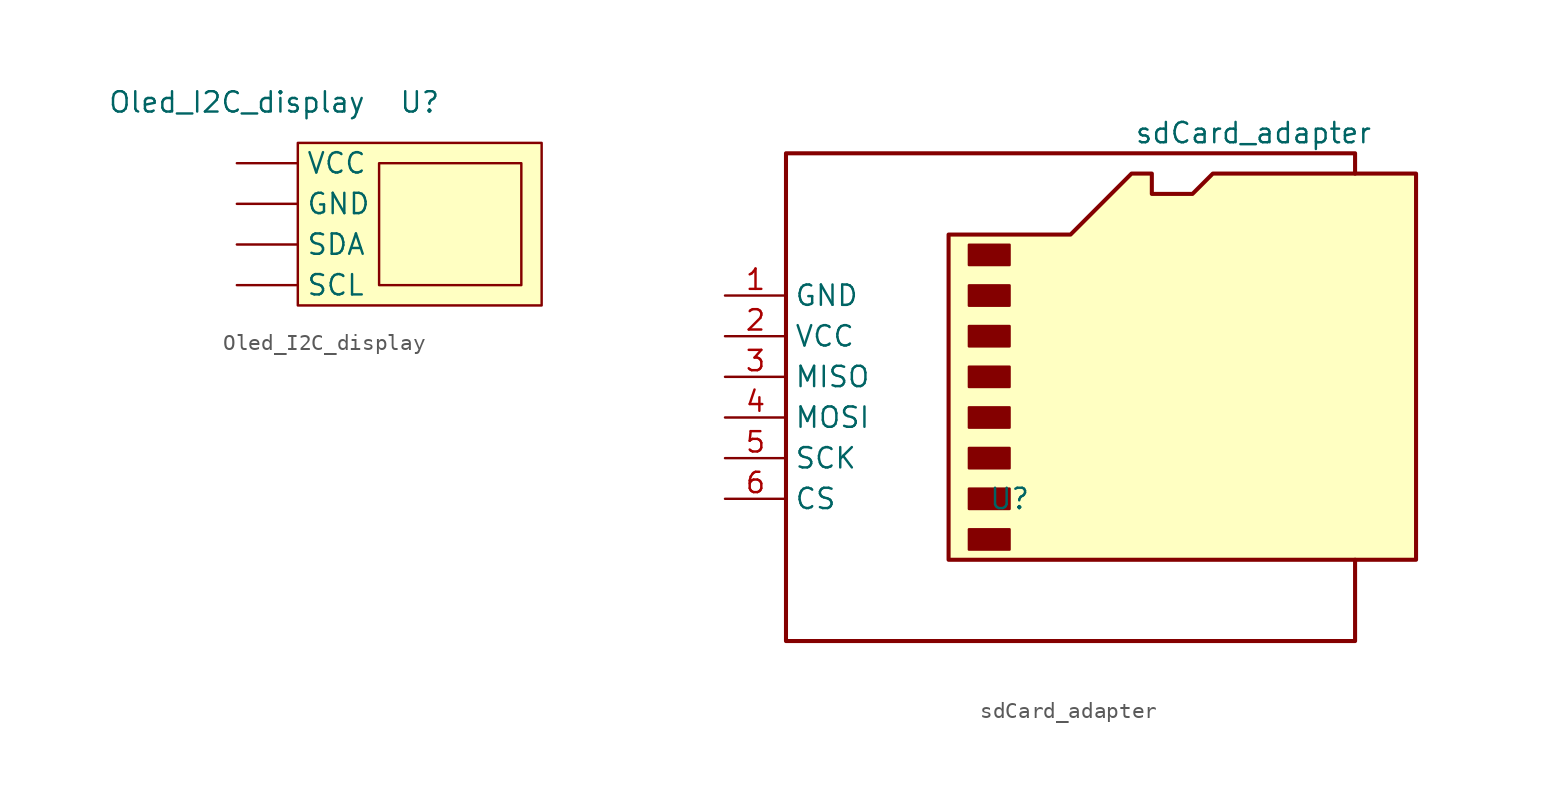
<source format=kicad_sym>
(kicad_symbol_lib
  (version 20211014)
  (generator kicad_symbol_editor)
  (symbol "Oled_I2C_display"
    (property "Reference" "U"
      (at 0 0 0)
      (effects (font (size 1.27 1.27))))
    (property "Value" "Oled_I2C_display"
      (at -11.43 0 0)
      (effects (font (size 1.27 1.27))))
    (symbol "Oled_I2C_display_0_1"
      (rectangle (start -7.62 -2.54) (end 7.62 -12.7) (stroke (width 0) (type default) (color 0 0 0 0)) (fill (type background)))
      (rectangle (start -2.54 -3.81) (end 6.35 -11.43) (stroke (width 0) (type default) (color 0 0 0 0)) (fill (type none))))
    (symbol "Oled_I2C_display_1_1"
      (pin power_in line (at -11.43 -6.35 0) (length 3.81) (name "GND" (effects (font (size 1.27 1.27)))) (number "" (effects (font (size 1.27 1.27)))))
      (pin power_in line (at -11.43 -11.43 0) (length 3.81) (name "SCL" (effects (font (size 1.27 1.27)))) (number "" (effects (font (size 1.27 1.27)))))
      (pin power_in line (at -11.43 -8.89 0) (length 3.81) (name "SDA" (effects (font (size 1.27 1.27)))) (number "" (effects (font (size 1.27 1.27)))))
      (pin power_in line (at -11.43 -3.81 0) (length 3.81) (name "VCC" (effects (font (size 1.27 1.27)))) (number "" (effects (font (size 1.27 1.27)))))))
  (symbol "sdCard_adapter"
    (property "Reference" "U"
      (at 0 0 0)
      (effects (font (size 1.27 1.27))))
    (property "Value" "sdCard_adapter"
      (at 15.24 22.86 0)
      (effects (font (size 1.27 1.27))))
    (symbol "sdCard_adapter_0_1"
      (rectangle (start -2.54 -1.905) (end 0 -3.175) (stroke (width 0) (type default) (color 0 0 0 0)) (fill (type outline)))
      (rectangle (start -2.54 0.635) (end 0 -0.635) (stroke (width 0) (type default) (color 0 0 0 0)) (fill (type outline)))
      (rectangle (start -2.54 3.175) (end 0 1.905) (stroke (width 0) (type default) (color 0 0 0 0)) (fill (type outline)))
      (rectangle (start -2.54 5.715) (end 0 4.445) (stroke (width 0) (type default) (color 0 0 0 0)) (fill (type outline)))
      (rectangle (start -2.54 8.255) (end 0 6.985) (stroke (width 0) (type default) (color 0 0 0 0)) (fill (type outline)))
      (rectangle (start -2.54 10.795) (end 0 9.525) (stroke (width 0) (type default) (color 0 0 0 0)) (fill (type outline)))
      (rectangle (start -2.54 13.335) (end 0 12.065) (stroke (width 0) (type default) (color 0 0 0 0)) (fill (type outline)))
      (rectangle (start -2.54 15.875) (end 0 14.605) (stroke (width 0) (type default) (color 0 0 0 0)) (fill (type outline)))
      (polyline (pts (xy 21.59 20.32) (xy 21.59 21.59) (xy -13.97 21.59) (xy -13.97 -8.89) (xy 21.59 -8.89) (xy 21.59 -3.81)) (stroke (width 0.254) (type default) (color 0 0 0 0)) (fill (type none)))
      (polyline (pts (xy -3.81 -3.81) (xy -3.81 16.51) (xy 3.81 16.51) (xy 7.62 20.32) (xy 8.89 20.32) (xy 8.89 19.05) (xy 11.43 19.05) (xy 12.7 20.32) (xy 25.4 20.32) (xy 25.4 -3.81) (xy -3.81 -3.81)) (stroke (width 0.254) (type default) (color 0 0 0 0)) (fill (type background))))
    (symbol "sdCard_adapter_1_1"
      (pin bidirectional line (at -17.78 12.7 0) (length 3.81) (name "GND" (effects (font (size 1.27 1.27)))) (number "1" (effects (font (size 1.27 1.27)))))
      (pin bidirectional line (at -17.78 10.16 0) (length 3.81) (name "VCC" (effects (font (size 1.27 1.27)))) (number "2" (effects (font (size 1.27 1.27)))))
      (pin input line (at -17.78 7.62 0) (length 3.81) (name "MISO" (effects (font (size 1.27 1.27)))) (number "3" (effects (font (size 1.27 1.27)))))
      (pin power_in line (at -17.78 5.08 0) (length 3.81) (name "MOSI" (effects (font (size 1.27 1.27)))) (number "4" (effects (font (size 1.27 1.27)))))
      (pin input line (at -17.78 2.54 0) (length 3.81) (name "SCK" (effects (font (size 1.27 1.27)))) (number "5" (effects (font (size 1.27 1.27)))))
      (pin power_in line (at -17.78 0 0) (length 3.81) (name "CS" (effects (font (size 1.27 1.27)))) (number "6" (effects (font (size 1.27 1.27))))))))
</source>
